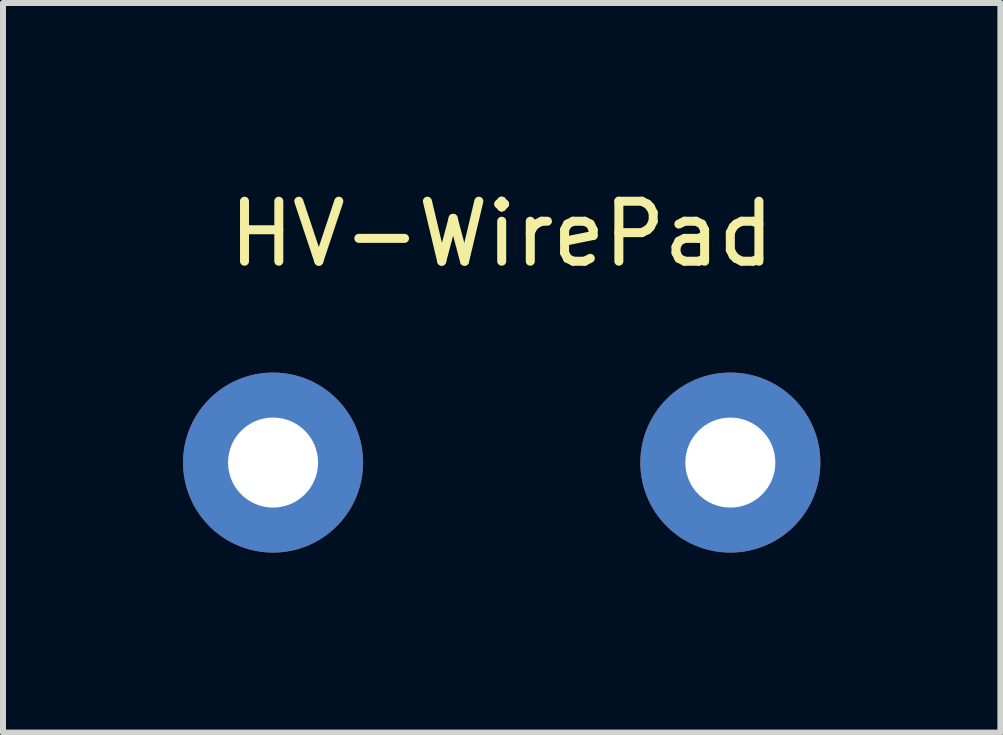
<source format=kicad_pcb>
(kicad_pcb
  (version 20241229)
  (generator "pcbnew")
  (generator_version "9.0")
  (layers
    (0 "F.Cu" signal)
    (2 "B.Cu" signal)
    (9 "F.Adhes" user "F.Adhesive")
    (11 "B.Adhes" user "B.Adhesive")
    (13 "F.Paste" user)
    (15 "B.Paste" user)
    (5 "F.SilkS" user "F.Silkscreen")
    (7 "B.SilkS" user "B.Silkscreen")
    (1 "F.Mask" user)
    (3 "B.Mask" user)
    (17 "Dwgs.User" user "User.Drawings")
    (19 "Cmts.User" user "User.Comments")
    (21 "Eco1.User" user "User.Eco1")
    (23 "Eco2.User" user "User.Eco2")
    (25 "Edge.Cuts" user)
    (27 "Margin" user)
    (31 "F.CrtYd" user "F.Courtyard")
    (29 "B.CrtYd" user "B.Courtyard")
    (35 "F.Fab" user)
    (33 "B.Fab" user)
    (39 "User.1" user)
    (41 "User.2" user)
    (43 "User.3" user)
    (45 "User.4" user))
  (footprint "HV-WirePad"
    (layer "F.Cu")
    (at 5.31 4.658)
    (property "Reference" "HV-WirePad" (at 0 -3.81 0) (layer "F.SilkS") (effects (font (size 1 1) (thickness 0.15))))
    (attr through_hole)
    (pad "1" thru_hole circle (at 3.81 0) (size 3 3) (drill 1.5) (layers "*.Cu" "*.Mask"))
    (pad "2" thru_hole circle (at -3.81 0) (size 3 3) (drill 1.5) (layers "*.Cu" "*.Mask")))
  (gr_rect
    (start -3 -3)
    (end 13.62 9.158)
    (stroke (width 0.1) (type default))
    (fill no)
    (layer "Edge.Cuts")))
</source>
